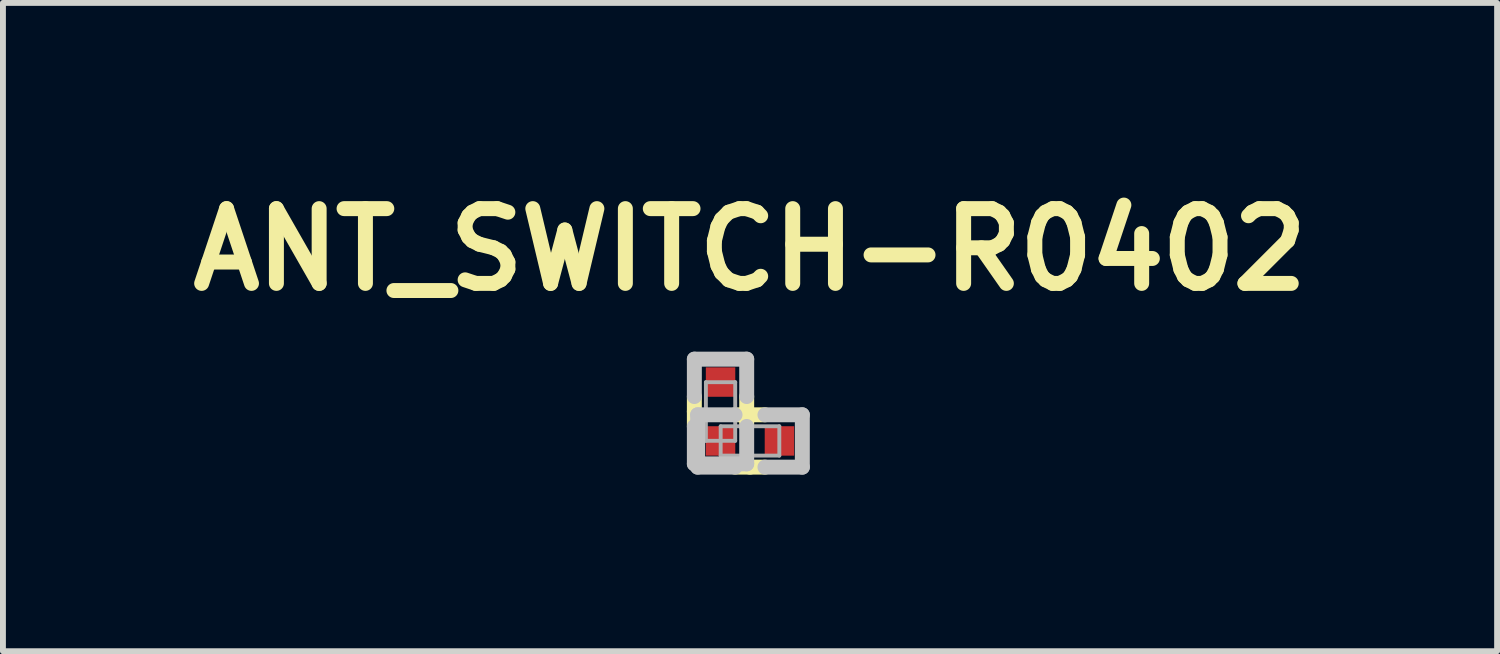
<source format=kicad_pcb>
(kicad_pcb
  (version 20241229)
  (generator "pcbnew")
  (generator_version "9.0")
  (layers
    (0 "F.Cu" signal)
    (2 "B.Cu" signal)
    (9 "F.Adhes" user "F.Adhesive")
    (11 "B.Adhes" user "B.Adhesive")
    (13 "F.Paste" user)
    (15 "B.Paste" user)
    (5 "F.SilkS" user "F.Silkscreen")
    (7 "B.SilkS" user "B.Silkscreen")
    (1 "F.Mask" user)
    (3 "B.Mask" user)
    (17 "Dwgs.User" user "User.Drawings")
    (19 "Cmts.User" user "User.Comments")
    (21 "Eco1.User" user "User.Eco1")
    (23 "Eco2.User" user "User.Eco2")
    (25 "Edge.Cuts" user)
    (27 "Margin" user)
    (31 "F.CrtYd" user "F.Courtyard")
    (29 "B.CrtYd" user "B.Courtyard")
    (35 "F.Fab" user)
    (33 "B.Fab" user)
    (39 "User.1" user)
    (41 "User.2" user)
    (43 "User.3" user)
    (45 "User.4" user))
  (footprint "ANT_SWITCH-R0402"
    (layer "F.Cu")
    (at 9.688 3.939)
    (property "Reference" "ANT_SWITCH-R0402" (at 0 -2.75 0) (layer "F.SilkS") (effects (font (size 1.27 1.27) (thickness 0.254))))
    (attr smd)
    (fp_line (start -0.945 0) (end -0.945 -0.254) (stroke (width 0.254) (type solid)) (layer "F.SilkS"))
    (fp_line (start -0.945 0) (end -0.945 0.254) (stroke (width 0.254) (type solid)) (layer "F.SilkS"))
    (fp_line (start -0.056 0) (end -0.056 -0.254) (stroke (width 0.254) (type solid)) (layer "F.SilkS"))
    (fp_line (start -0.056 0) (end -0.056 0.254) (stroke (width 0.254) (type solid)) (layer "F.SilkS"))
    (fp_line (start 0 0.056) (end -0.254 0.056) (stroke (width 0.254) (type solid)) (layer "F.SilkS"))
    (fp_line (start 0 0.056) (end 0.254 0.056) (stroke (width 0.254) (type solid)) (layer "F.SilkS"))
    (fp_line (start 0 0.945) (end -0.254 0.945) (stroke (width 0.254) (type solid)) (layer "F.SilkS"))
    (fp_line (start 0 0.945) (end 0.254 0.945) (stroke (width 0.254) (type solid)) (layer "F.SilkS"))
    (fp_line (start -0.945 -0.889) (end -0.056 -0.889) (stroke (width 0.254) (type solid)) (layer "Dwgs.User"))
    (fp_line (start -0.945 -0.254) (end -0.945 -0.889) (stroke (width 0.254) (type solid)) (layer "Dwgs.User"))
    (fp_line (start -0.945 0.254) (end -0.945 0.889) (stroke (width 0.254) (type solid)) (layer "Dwgs.User"))
    (fp_line (start -0.945 0.889) (end -0.056 0.889) (stroke (width 0.254) (type solid)) (layer "Dwgs.User"))
    (fp_line (start -0.889 0.056) (end -0.889 0.945) (stroke (width 0.254) (type solid)) (layer "Dwgs.User"))
    (fp_line (start -0.889 0.945) (end -0.254 0.945) (stroke (width 0.254) (type solid)) (layer "Dwgs.User"))
    (fp_line (start -0.254 0.056) (end -0.889 0.056) (stroke (width 0.254) (type solid)) (layer "Dwgs.User"))
    (fp_line (start -0.056 -0.889) (end -0.056 -0.254) (stroke (width 0.254) (type solid)) (layer "Dwgs.User"))
    (fp_line (start -0.056 0.889) (end -0.056 0.254) (stroke (width 0.254) (type solid)) (layer "Dwgs.User"))
    (fp_line (start 0.254 0.056) (end 0.889 0.056) (stroke (width 0.254) (type solid)) (layer "Dwgs.User"))
    (fp_line (start 0.889 0.056) (end 0.889 0.945) (stroke (width 0.254) (type solid)) (layer "Dwgs.User"))
    (fp_line (start 0.889 0.945) (end 0.254 0.945) (stroke (width 0.254) (type solid)) (layer "Dwgs.User"))
    (fp_line (start -0.749 0.498) (end -0.749 -0.498) (stroke (width 0.066) (type solid)) (layer "F.Fab"))
    (fp_line (start -0.498 0.251) (end 0.498 0.251) (stroke (width 0.066) (type solid)) (layer "F.Fab"))
    (fp_line (start -0.498 0.749) (end -0.498 0.251) (stroke (width 0.066) (type solid)) (layer "F.Fab"))
    (fp_line (start -0.498 0.749) (end 0.498 0.749) (stroke (width 0.066) (type solid)) (layer "F.Fab"))
    (fp_line (start -0.251 -0.498) (end -0.749 -0.498) (stroke (width 0.066) (type solid)) (layer "F.Fab"))
    (fp_line (start -0.251 0.498) (end -0.749 0.498) (stroke (width 0.066) (type solid)) (layer "F.Fab"))
    (fp_line (start -0.251 0.498) (end -0.251 -0.498) (stroke (width 0.066) (type solid)) (layer "F.Fab"))
    (fp_line (start 0.498 0.749) (end 0.498 0.251) (stroke (width 0.066) (type solid)) (layer "F.Fab"))
    (pad "1" smd rect (at -0.5 0.5 180) (size 0.5 0.5) (layers "F.Cu" "F.Mask" "F.Paste"))
    (pad "2" smd rect (at -0.5 -0.5 90) (size 0.5 0.5) (layers "F.Cu" "F.Mask" "F.Paste"))
    (pad "3" smd rect (at 0.5 0.5) (size 0.5 0.5) (layers "F.Cu" "F.Mask" "F.Paste")))
  (gr_rect
    (start -3 -3)
    (end 22.377 8.01)
    (stroke (width 0.1) (type default))
    (fill no)
    (layer "Edge.Cuts")))
</source>
